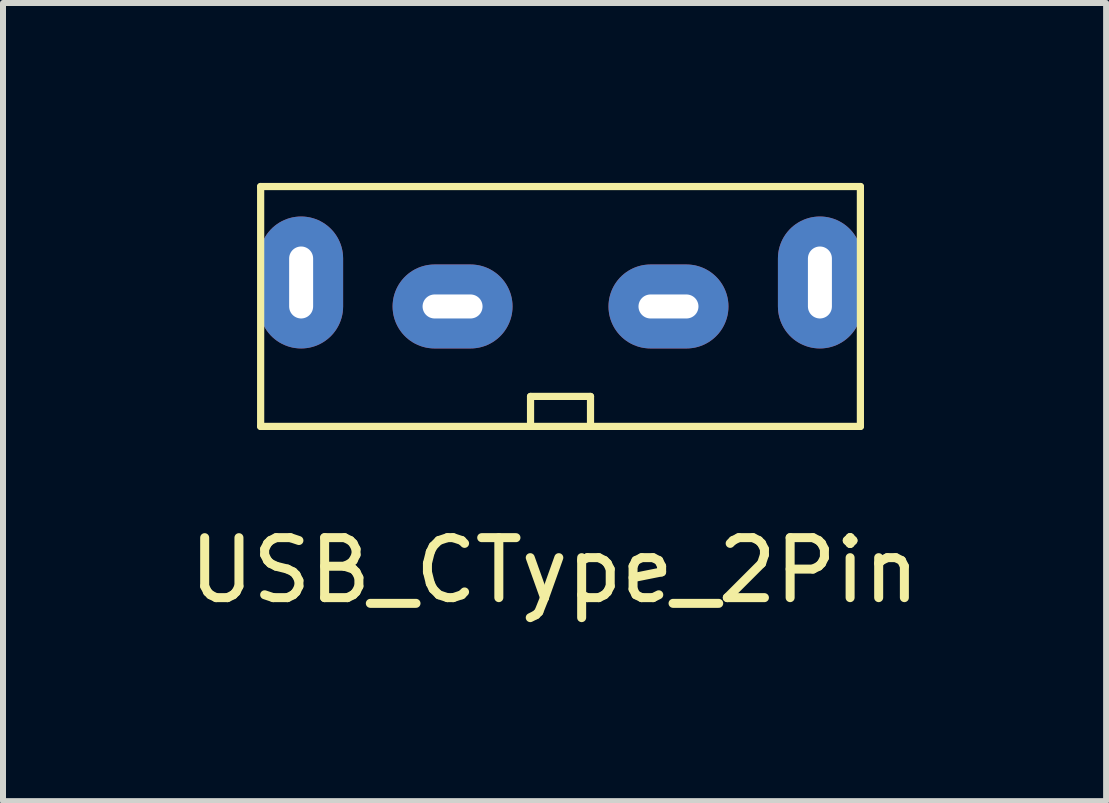
<source format=kicad_pcb>
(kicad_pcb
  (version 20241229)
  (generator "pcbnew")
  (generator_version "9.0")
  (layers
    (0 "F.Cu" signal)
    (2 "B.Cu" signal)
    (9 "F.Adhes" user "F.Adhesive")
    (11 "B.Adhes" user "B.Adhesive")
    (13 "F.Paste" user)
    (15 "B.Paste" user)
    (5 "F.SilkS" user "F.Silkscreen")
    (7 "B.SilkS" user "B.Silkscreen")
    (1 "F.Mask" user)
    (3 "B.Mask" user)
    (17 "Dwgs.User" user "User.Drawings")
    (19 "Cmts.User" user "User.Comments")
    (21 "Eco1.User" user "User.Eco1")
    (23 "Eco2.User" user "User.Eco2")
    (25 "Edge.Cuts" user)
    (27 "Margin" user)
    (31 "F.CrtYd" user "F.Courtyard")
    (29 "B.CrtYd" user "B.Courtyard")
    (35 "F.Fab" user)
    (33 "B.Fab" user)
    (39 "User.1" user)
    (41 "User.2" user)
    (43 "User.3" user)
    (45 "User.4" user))
  (footprint "USB_CType_2Pin"
    (layer "F.Cu")
    (at 6.296 2.06)
    (property "Reference" "USB_CType_2Pin" (at -0.1 4.4 0) (layer "F.SilkS") (effects (font (size 1 1) (thickness 0.15))))
    (attr through_hole)
    (fp_line (start -5 -2) (end 5 -2) (stroke (width 0.12) (type solid)) (layer "F.SilkS"))
    (fp_line (start -5 2) (end -5 -2) (stroke (width 0.12) (type solid)) (layer "F.SilkS"))
    (fp_line (start -0.5 1.5) (end 0.5 1.5) (stroke (width 0.12) (type solid)) (layer "F.SilkS"))
    (fp_line (start -0.5 2) (end -0.5 1.5) (stroke (width 0.12) (type solid)) (layer "F.SilkS"))
    (fp_line (start 0.5 1.5) (end 0.5 2) (stroke (width 0.12) (type solid)) (layer "F.SilkS"))
    (fp_line (start 5 -2) (end 5 2) (stroke (width 0.12) (type solid)) (layer "F.SilkS"))
    (fp_line (start 5 2) (end -5 2) (stroke (width 0.12) (type solid)) (layer "F.SilkS"))
    (pad "" thru_hole oval (at -4.325 -0.4) (size 1.4 2.2) (drill oval 0.4 1.2) (layers "*.Cu" "*.Mask"))
    (pad "" thru_hole oval (at 4.325 -0.4) (size 1.4 2.2) (drill oval 0.4 1.2) (layers "*.Cu" "*.Mask"))
    (pad "9" thru_hole oval (at 1.8 0) (size 2 1.4) (drill oval 1 0.4) (layers "*.Cu" "*.Mask"))
    (pad "12" thru_hole oval (at -1.8 0) (size 2 1.4) (drill oval 1 0.4) (layers "*.Cu" "*.Mask")))
  (gr_rect
    (start -3 -3)
    (end 15.393 10.308)
    (stroke (width 0.1) (type default))
    (fill no)
    (layer "Edge.Cuts")))
</source>
